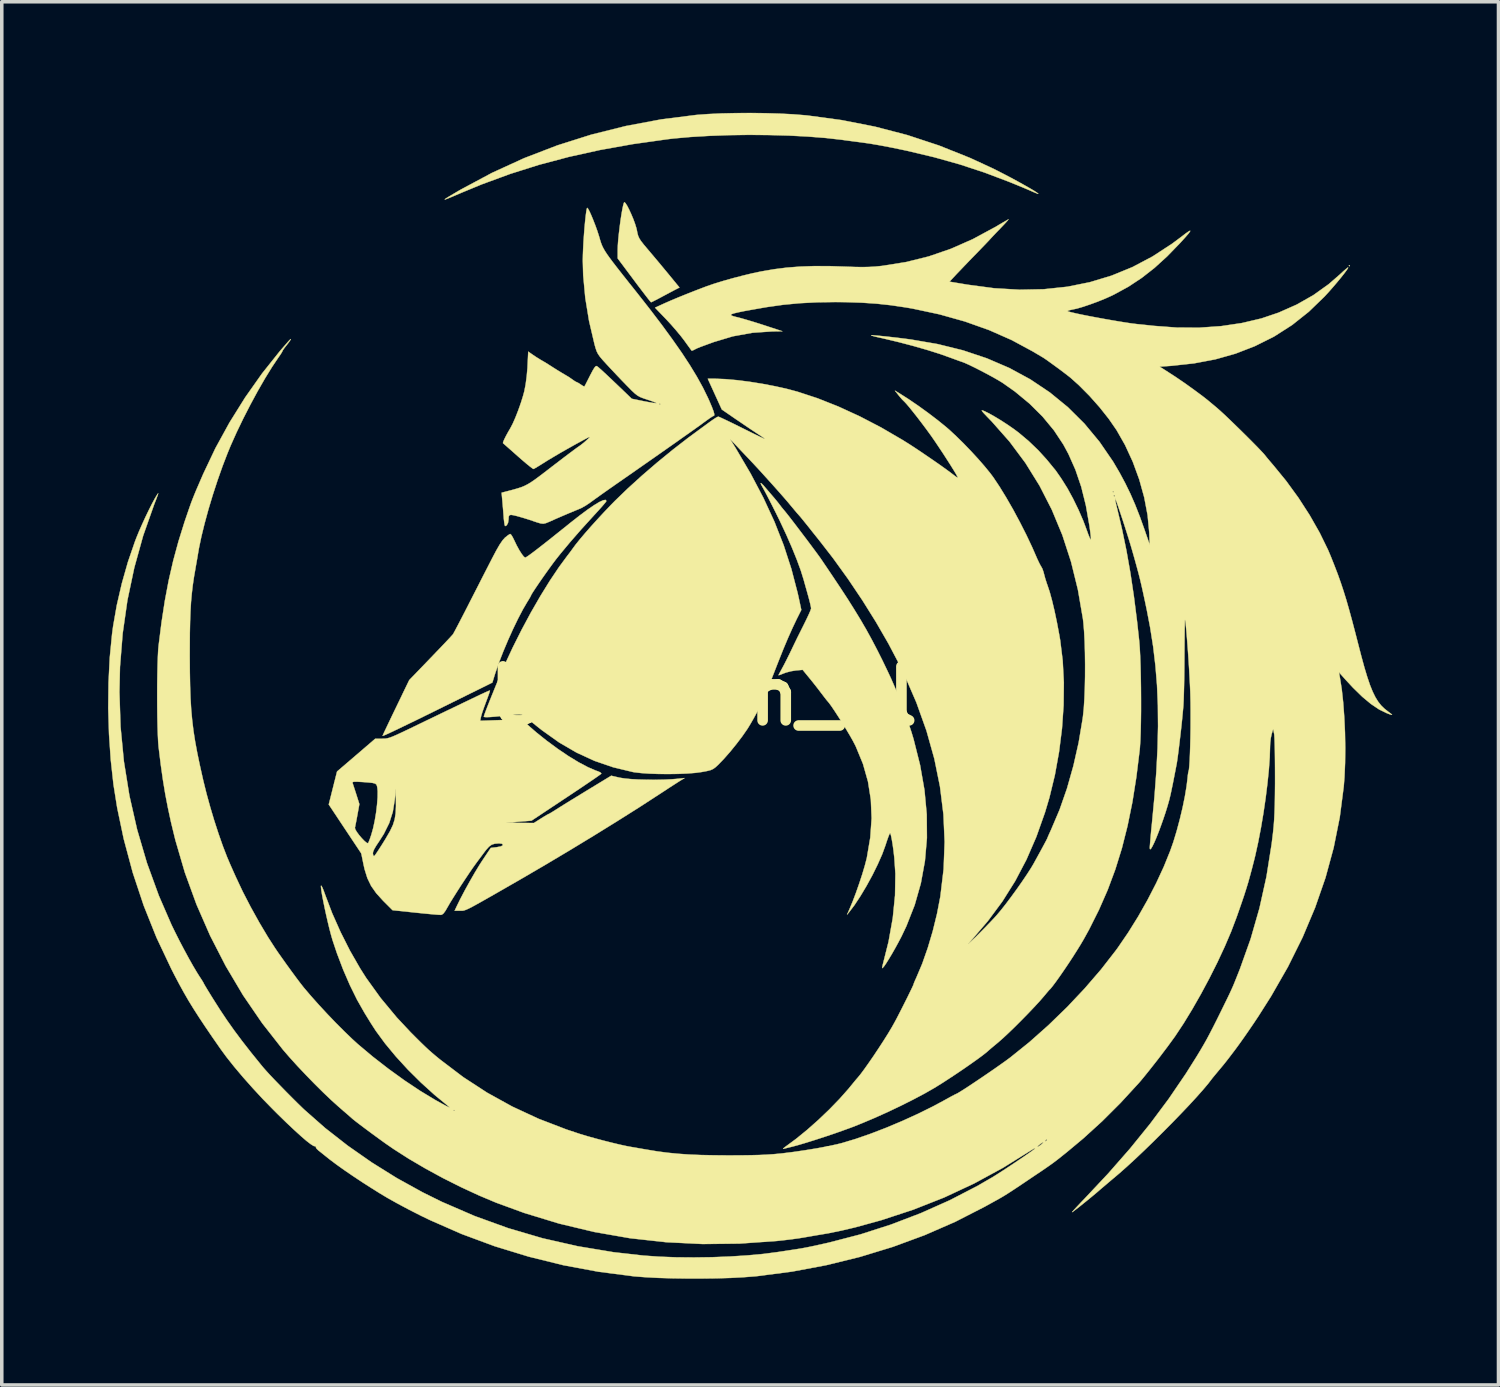
<source format=kicad_pcb>
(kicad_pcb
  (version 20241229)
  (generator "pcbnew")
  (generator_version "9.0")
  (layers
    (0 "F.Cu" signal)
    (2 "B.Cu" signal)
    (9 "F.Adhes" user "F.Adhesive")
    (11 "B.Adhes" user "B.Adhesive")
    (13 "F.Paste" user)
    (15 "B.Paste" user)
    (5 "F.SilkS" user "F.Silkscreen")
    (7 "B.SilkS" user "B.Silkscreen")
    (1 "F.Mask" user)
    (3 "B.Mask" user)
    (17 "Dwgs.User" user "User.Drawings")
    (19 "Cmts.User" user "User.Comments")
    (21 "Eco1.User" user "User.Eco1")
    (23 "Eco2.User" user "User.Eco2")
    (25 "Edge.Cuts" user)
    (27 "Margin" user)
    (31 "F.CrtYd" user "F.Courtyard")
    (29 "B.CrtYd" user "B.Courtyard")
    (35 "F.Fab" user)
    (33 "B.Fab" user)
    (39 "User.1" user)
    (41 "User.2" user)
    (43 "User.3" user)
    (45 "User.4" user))
  (footprint "Unicorn_old"
    (layer "F.Cu")
    (at 17.497 16.595)
    (property "Reference" "Unicorn_old" (at 0 0 0) (layer "F.SilkS") (effects (font (size 1.524 1.524) (thickness 0.3))))
    (attr through_hole)
    (fp_poly (pts (xy -14.091 -14.801) (xy -13.926 -14.7) (xy -13.77 -14.604) (xy -13.635 -14.52) (xy -13.533 -14.457) (xy -13.492 -14.431) (xy -13.353 -14.345) (xy -13.368 -14.15) (xy -13.382 -14.048) (xy -13.406 -13.924) (xy -13.437 -13.791) (xy -13.47 -13.665) (xy -13.503 -13.56) (xy -13.531 -13.491) (xy -13.548 -13.471) (xy -13.583 -13.492) (xy -13.602 -13.511) (xy -13.636 -13.542) (xy -13.709 -13.61) (xy -13.815 -13.705) (xy -13.946 -13.823) (xy -14.094 -13.956) (xy -14.151 -14.007) (xy -14.32 -14.157) (xy -14.446 -14.272) (xy -14.537 -14.358) (xy -14.596 -14.421) (xy -14.631 -14.467) (xy -14.646 -14.503) (xy -14.647 -14.535) (xy -14.642 -14.562) (xy -14.625 -14.645) (xy -14.604 -14.764) (xy -14.585 -14.873) (xy -14.551 -15.086) (xy -14.091 -14.801)) (stroke (width 0.01) (type solid)) (fill yes) (layer "F.Mask"))
    (fp_poly (pts (xy -13.178 -14.239) (xy -13.102 -14.194) (xy -12.987 -14.124) (xy -12.842 -14.036) (xy -12.675 -13.933) (xy -12.589 -13.879) (xy -11.986 -13.504) (xy -11.976 -13.367) (xy -11.978 -13.264) (xy -11.994 -13.13) (xy -12.018 -13.004) (xy -12.052 -12.875) (xy -12.094 -12.735) (xy -12.14 -12.597) (xy -12.184 -12.475) (xy -12.222 -12.385) (xy -12.248 -12.34) (xy -12.25 -12.338) (xy -12.282 -12.352) (xy -12.347 -12.401) (xy -12.435 -12.476) (xy -12.478 -12.514) (xy -12.6 -12.626) (xy -12.731 -12.743) (xy -12.845 -12.843) (xy -12.857 -12.853) (xy -12.97 -12.953) (xy -13.101 -13.071) (xy -13.218 -13.179) (xy -13.408 -13.357) (xy -13.357 -13.505) (xy -13.33 -13.604) (xy -13.301 -13.743) (xy -13.275 -13.896) (xy -13.267 -13.954) (xy -13.248 -14.083) (xy -13.23 -14.185) (xy -13.215 -14.245) (xy -13.209 -14.255) (xy -13.178 -14.239)) (stroke (width 0.01) (type solid)) (fill yes) (layer "F.Mask"))
    (fp_poly (pts (xy -11.796 -13.379) (xy -11.716 -13.331) (xy -11.598 -13.26) (xy -11.45 -13.169) (xy -11.279 -13.064) (xy -11.162 -12.991) (xy -10.522 -12.595) (xy -10.522 -12.432) (xy -10.532 -12.311) (xy -10.559 -12.15) (xy -10.599 -11.97) (xy -10.646 -11.79) (xy -10.696 -11.63) (xy -10.74 -11.518) (xy -10.793 -11.404) (xy -10.847 -11.288) (xy -10.856 -11.268) (xy -10.895 -11.194) (xy -10.927 -11.153) (xy -10.935 -11.149) (xy -10.966 -11.17) (xy -11.035 -11.225) (xy -11.133 -11.309) (xy -11.252 -11.414) (xy -11.321 -11.475) (xy -11.469 -11.608) (xy -11.621 -11.745) (xy -11.762 -11.871) (xy -11.876 -11.972) (xy -11.897 -11.991) (xy -12.112 -12.182) (xy -12.029 -12.404) (xy -11.969 -12.589) (xy -11.918 -12.8) (xy -11.879 -13.012) (xy -11.858 -13.201) (xy -11.855 -13.271) (xy -11.85 -13.352) (xy -11.837 -13.396) (xy -11.829 -13.398) (xy -11.796 -13.379)) (stroke (width 0.01) (type solid)) (fill yes) (layer "F.Mask"))
    (fp_poly (pts (xy -7.279 -10.588) (xy -7.202 -10.543) (xy -7.085 -10.473) (xy -6.935 -10.382) (xy -6.759 -10.274) (xy -6.564 -10.155) (xy -6.534 -10.136) (xy -5.775 -9.668) (xy -5.796 -9.382) (xy -5.86 -8.908) (xy -5.986 -8.438) (xy -6.172 -7.977) (xy -6.414 -7.533) (xy -6.458 -7.463) (xy -6.525 -7.361) (xy -6.578 -7.284) (xy -6.608 -7.245) (xy -6.611 -7.242) (xy -6.637 -7.264) (xy -6.671 -7.297) (xy -6.724 -7.349) (xy -6.803 -7.42) (xy -6.849 -7.461) (xy -6.954 -7.554) (xy -7.09 -7.676) (xy -7.243 -7.814) (xy -7.399 -7.957) (xy -7.546 -8.093) (xy -7.671 -8.209) (xy -7.753 -8.286) (xy -7.901 -8.43) (xy -7.714 -8.811) (xy -7.568 -9.137) (xy -7.463 -9.44) (xy -7.393 -9.742) (xy -7.353 -10.063) (xy -7.345 -10.2) (xy -7.336 -10.352) (xy -7.326 -10.477) (xy -7.317 -10.566) (xy -7.31 -10.604) (xy -7.309 -10.604) (xy -7.279 -10.588)) (stroke (width 0.01) (type solid)) (fill yes) (layer "F.Mask"))
    (fp_poly (pts (xy -4.414 -5.052) (xy -4.413 -5.048) (xy -4.435 -5.017) (xy -4.442 -5.016) (xy -4.483 -4.998) (xy -4.547 -4.951) (xy -4.561 -4.939) (xy -4.659 -4.857) (xy -4.782 -4.756) (xy -4.924 -4.641) (xy -5.074 -4.521) (xy -5.226 -4.4) (xy -5.37 -4.287) (xy -5.498 -4.187) (xy -5.602 -4.107) (xy -5.675 -4.053) (xy -5.706 -4.033) (xy -5.706 -4.033) (xy -5.732 -4.059) (xy -5.777 -4.128) (xy -5.834 -4.226) (xy -5.845 -4.247) (xy -5.919 -4.4) (xy -5.975 -4.556) (xy -6.019 -4.737) (xy -6.045 -4.882) (xy -6.053 -4.939) (xy -6.045 -4.971) (xy -6.011 -4.978) (xy -5.939 -4.963) (xy -5.818 -4.927) (xy -5.806 -4.924) (xy -5.658 -4.881) (xy -5.493 -4.836) (xy -5.396 -4.811) (xy -5.187 -4.76) (xy -4.903 -4.875) (xy -4.767 -4.93) (xy -4.641 -4.982) (xy -4.545 -5.022) (xy -4.516 -5.034) (xy -4.448 -5.056) (xy -4.414 -5.052)) (stroke (width 0.01) (type solid)) (fill yes) (layer "F.Mask"))
    (fp_poly (pts (xy -16.978 -16.588) (xy -16.907 -16.552) (xy -16.832 -16.505) (xy -16.715 -16.429) (xy -16.594 -16.352) (xy -16.536 -16.316) (xy -16.475 -16.279) (xy -16.368 -16.214) (xy -16.223 -16.125) (xy -16.047 -16.016) (xy -15.848 -15.894) (xy -15.635 -15.762) (xy -15.534 -15.7) (xy -15.291 -15.551) (xy -15.096 -15.431) (xy -14.945 -15.335) (xy -14.833 -15.257) (xy -14.754 -15.193) (xy -14.703 -15.136) (xy -14.676 -15.083) (xy -14.668 -15.026) (xy -14.674 -14.962) (xy -14.688 -14.884) (xy -14.703 -14.809) (xy -14.724 -14.706) (xy -14.745 -14.629) (xy -14.758 -14.599) (xy -14.788 -14.611) (xy -14.856 -14.659) (xy -14.95 -14.736) (xy -15.063 -14.834) (xy -15.081 -14.85) (xy -15.228 -14.982) (xy -15.388 -15.127) (xy -15.54 -15.263) (xy -15.636 -15.348) (xy -15.771 -15.469) (xy -15.917 -15.601) (xy -16.051 -15.721) (xy -16.097 -15.764) (xy -16.27 -15.92) (xy -16.442 -16.075) (xy -16.603 -16.219) (xy -16.744 -16.344) (xy -16.855 -16.442) (xy -16.916 -16.494) (xy -16.986 -16.558) (xy -17.005 -16.59) (xy -16.978 -16.588)) (stroke (width 0.01) (type solid)) (fill yes) (layer "F.Mask"))
    (fp_poly (pts (xy -10.355 -12.493) (xy -10.279 -12.45) (xy -10.173 -12.386) (xy -10.076 -12.327) (xy -9.933 -12.237) (xy -9.759 -12.128) (xy -9.574 -12.013) (xy -9.402 -11.906) (xy -9.018 -11.668) (xy -9.018 -11.493) (xy -9.03 -11.33) (xy -9.063 -11.128) (xy -9.113 -10.91) (xy -9.174 -10.695) (xy -9.22 -10.563) (xy -9.269 -10.442) (xy -9.328 -10.31) (xy -9.392 -10.178) (xy -9.452 -10.06) (xy -9.504 -9.968) (xy -9.541 -9.915) (xy -9.553 -9.907) (xy -9.586 -9.927) (xy -9.649 -9.976) (xy -9.684 -10.007) (xy -9.783 -10.095) (xy -9.887 -10.188) (xy -9.906 -10.205) (xy -9.972 -10.264) (xy -10.073 -10.354) (xy -10.194 -10.463) (xy -10.323 -10.579) (xy -10.335 -10.589) (xy -10.458 -10.699) (xy -10.568 -10.798) (xy -10.655 -10.876) (xy -10.707 -10.923) (xy -10.712 -10.928) (xy -10.738 -10.955) (xy -10.749 -10.986) (xy -10.742 -11.034) (xy -10.715 -11.111) (xy -10.666 -11.231) (xy -10.654 -11.261) (xy -10.563 -11.509) (xy -10.49 -11.772) (xy -10.439 -12.03) (xy -10.416 -12.261) (xy -10.414 -12.311) (xy -10.411 -12.414) (xy -10.402 -12.485) (xy -10.39 -12.509) (xy -10.355 -12.493)) (stroke (width 0.01) (type solid)) (fill yes) (layer "F.Mask"))
    (fp_poly (pts (xy -8.77 -11.512) (xy -8.654 -11.444) (xy -8.57 -11.393) (xy -8.493 -11.346) (xy -8.401 -11.286) (xy -8.335 -11.244) (xy -8.242 -11.185) (xy -8.17 -11.142) (xy -8.136 -11.125) (xy -8.136 -11.125) (xy -8.101 -11.109) (xy -8.038 -11.069) (xy -8.033 -11.066) (xy -7.967 -11.022) (xy -7.865 -10.956) (xy -7.745 -10.881) (xy -7.701 -10.854) (xy -7.455 -10.701) (xy -7.455 -10.55) (xy -7.479 -10.22) (xy -7.55 -9.866) (xy -7.663 -9.503) (xy -7.813 -9.148) (xy -7.859 -9.058) (xy -7.949 -8.883) (xy -8.016 -8.758) (xy -8.064 -8.677) (xy -8.1 -8.634) (xy -8.132 -8.622) (xy -8.164 -8.637) (xy -8.204 -8.672) (xy -8.239 -8.704) (xy -8.291 -8.751) (xy -8.382 -8.833) (xy -8.503 -8.942) (xy -8.646 -9.07) (xy -8.801 -9.209) (xy -8.848 -9.251) (xy -8.998 -9.387) (xy -9.131 -9.509) (xy -9.239 -9.611) (xy -9.317 -9.686) (xy -9.356 -9.729) (xy -9.36 -9.735) (xy -9.347 -9.773) (xy -9.315 -9.853) (xy -9.268 -9.958) (xy -9.261 -9.973) (xy -9.096 -10.383) (xy -8.983 -10.781) (xy -8.924 -11.162) (xy -8.915 -11.365) (xy -8.915 -11.597) (xy -8.77 -11.512)) (stroke (width 0.01) (type solid)) (fill yes) (layer "F.Mask"))
    (fp_poly (pts (xy 17.558 -12.144) (xy 17.542 -12.129) (xy 17.526 -12.144) (xy 17.542 -12.16) (xy 17.558 -12.144)) (stroke (width 0.01) (type solid)) (fill yes) (layer "F.SilkS"))
    (fp_poly (pts (xy -2.89 -13.91) (xy -2.843 -13.836) (xy -2.787 -13.727) (xy -2.727 -13.596) (xy -2.669 -13.458) (xy -2.62 -13.324) (xy -2.584 -13.207) (xy -2.571 -13.152) (xy -2.553 -13.058) (xy -2.532 -12.984) (xy -2.501 -12.916) (xy -2.453 -12.841) (xy -2.38 -12.747) (xy -2.274 -12.621) (xy -2.24 -12.581) (xy -2.101 -12.416) (xy -1.942 -12.227) (xy -1.785 -12.037) (xy -1.658 -11.884) (xy -1.367 -11.529) (xy -1.453 -11.485) (xy -1.517 -11.452) (xy -1.621 -11.397) (xy -1.748 -11.329) (xy -1.846 -11.277) (xy -1.971 -11.21) (xy -2.075 -11.157) (xy -2.145 -11.122) (xy -2.169 -11.113) (xy -2.192 -11.137) (xy -2.247 -11.205) (xy -2.329 -11.311) (xy -2.433 -11.447) (xy -2.554 -11.606) (xy -2.648 -11.732) (xy -3.111 -12.351) (xy -3.111 -12.588) (xy -3.107 -12.713) (xy -3.096 -12.869) (xy -3.078 -13.045) (xy -3.056 -13.23) (xy -3.032 -13.414) (xy -3.006 -13.586) (xy -2.98 -13.735) (xy -2.956 -13.85) (xy -2.935 -13.921) (xy -2.922 -13.938) (xy -2.89 -13.91)) (stroke (width 0.01) (type solid)) (fill yes) (layer "F.SilkS"))
    (fp_poly (pts (xy 1.054 -16.45) (xy 1.462 -16.438) (xy 1.84 -16.419) (xy 2.174 -16.392) (xy 2.238 -16.386) (xy 3.21 -16.255) (xy 4.151 -16.07) (xy 5.065 -15.832) (xy 5.96 -15.537) (xy 6.84 -15.185) (xy 7.438 -14.909) (xy 7.616 -14.821) (xy 7.805 -14.724) (xy 7.998 -14.623) (xy 8.185 -14.521) (xy 8.36 -14.424) (xy 8.513 -14.337) (xy 8.637 -14.264) (xy 8.722 -14.209) (xy 8.761 -14.177) (xy 8.763 -14.173) (xy 8.737 -14.179) (xy 8.668 -14.206) (xy 8.58 -14.244) (xy 8.485 -14.286) (xy 8.346 -14.345) (xy 8.181 -14.413) (xy 8.004 -14.485) (xy 7.938 -14.512) (xy 7.24 -14.776) (xy 6.54 -15.006) (xy 5.819 -15.208) (xy 5.057 -15.389) (xy 5.016 -15.398) (xy 4.628 -15.479) (xy 4.292 -15.543) (xy 4 -15.593) (xy 3.806 -15.62) (xy 3.673 -15.638) (xy 3.503 -15.66) (xy 3.322 -15.684) (xy 3.207 -15.7) (xy 2.757 -15.751) (xy 2.258 -15.79) (xy 1.723 -15.818) (xy 1.164 -15.833) (xy 0.594 -15.838) (xy 0.027 -15.83) (xy -0.525 -15.81) (xy -1.048 -15.779) (xy -1.531 -15.736) (xy -1.714 -15.714) (xy -2.686 -15.577) (xy -3.607 -15.412) (xy -4.485 -15.218) (xy -5.329 -14.994) (xy -6.146 -14.736) (xy -6.944 -14.443) (xy -7.493 -14.216) (xy -7.683 -14.135) (xy -7.822 -14.076) (xy -7.915 -14.038) (xy -7.97 -14.018) (xy -7.993 -14.013) (xy -7.99 -14.021) (xy -7.985 -14.026) (xy -7.948 -14.051) (xy -7.865 -14.102) (xy -7.749 -14.171) (xy -7.61 -14.253) (xy -7.541 -14.293) (xy -6.662 -14.764) (xy -5.753 -15.18) (xy -4.817 -15.54) (xy -3.857 -15.844) (xy -2.876 -16.089) (xy -1.878 -16.276) (xy -0.889 -16.401) (xy -0.564 -16.425) (xy -0.192 -16.443) (xy 0.212 -16.452) (xy 0.633 -16.455) (xy 1.054 -16.45)) (stroke (width 0.01) (type solid)) (fill yes) (layer "F.SilkS"))
    (fp_poly (pts (xy -3.429 -5.504) (xy -3.429 -5.502) (xy -3.45 -5.471) (xy -3.506 -5.403) (xy -3.592 -5.304) (xy -3.7 -5.185) (xy -3.782 -5.096) (xy -4.141 -4.701) (xy -4.455 -4.341) (xy -4.724 -4.018) (xy -4.864 -3.842) (xy -4.947 -3.731) (xy -5.044 -3.598) (xy -5.149 -3.451) (xy -5.254 -3.302) (xy -5.352 -3.159) (xy -5.438 -3.032) (xy -5.505 -2.93) (xy -5.546 -2.863) (xy -5.556 -2.841) (xy -5.572 -2.807) (xy -5.613 -2.735) (xy -5.661 -2.658) (xy -5.786 -2.444) (xy -5.923 -2.183) (xy -6.065 -1.889) (xy -6.206 -1.576) (xy -6.34 -1.258) (xy -6.46 -0.949) (xy -6.56 -0.662) (xy -6.592 -0.562) (xy -6.648 -0.378) (xy -7.777 0.18) (xy -8.215 0.396) (xy -8.596 0.584) (xy -8.922 0.743) (xy -9.193 0.874) (xy -9.41 0.978) (xy -9.572 1.055) (xy -9.682 1.104) (xy -9.738 1.126) (xy -9.747 1.127) (xy -9.738 1.102) (xy -9.708 1.035) (xy -9.656 0.926) (xy -9.582 0.77) (xy -9.484 0.565) (xy -9.36 0.308) (xy -9.21 -0.002) (xy -9.184 -0.058) (xy -8.995 -0.448) (xy -8.395 -1.07) (xy -8.235 -1.237) (xy -8.088 -1.39) (xy -7.961 -1.524) (xy -7.86 -1.631) (xy -7.791 -1.707) (xy -7.759 -1.743) (xy -7.759 -1.743) (xy -7.736 -1.784) (xy -7.688 -1.873) (xy -7.619 -2.004) (xy -7.534 -2.168) (xy -7.436 -2.357) (xy -7.33 -2.564) (xy -7.318 -2.588) (xy -7.196 -2.827) (xy -7.067 -3.079) (xy -6.941 -3.327) (xy -6.822 -3.559) (xy -6.72 -3.758) (xy -6.661 -3.873) (xy -6.541 -4.101) (xy -6.442 -4.273) (xy -6.359 -4.394) (xy -6.293 -4.468) (xy -6.218 -4.528) (xy -6.161 -4.566) (xy -6.143 -4.572) (xy -6.114 -4.545) (xy -6.072 -4.476) (xy -6.037 -4.405) (xy -5.964 -4.253) (xy -5.889 -4.116) (xy -5.819 -4.006) (xy -5.761 -3.932) (xy -5.722 -3.905) (xy -5.693 -3.918) (xy -5.632 -3.958) (xy -5.537 -4.027) (xy -5.405 -4.127) (xy -5.235 -4.259) (xy -5.023 -4.426) (xy -4.768 -4.63) (xy -4.466 -4.872) (xy -4.445 -4.889) (xy -4.191 -5.088) (xy -3.97 -5.253) (xy -3.783 -5.381) (xy -3.633 -5.472) (xy -3.523 -5.523) (xy -3.454 -5.535) (xy -3.429 -5.504)) (stroke (width 0.01) (type solid)) (fill yes) (layer "F.SilkS"))
    (fp_poly (pts (xy 0.946 -6.002) (xy 1.004 -5.944) (xy 1.024 -5.92) (xy 1.106 -5.824) (xy 1.202 -5.712) (xy 1.254 -5.651) (xy 1.339 -5.551) (xy 1.421 -5.45) (xy 1.46 -5.399) (xy 1.518 -5.323) (xy 1.564 -5.267) (xy 1.572 -5.258) (xy 1.619 -5.202) (xy 1.697 -5.104) (xy 1.799 -4.973) (xy 1.918 -4.818) (xy 2.047 -4.648) (xy 2.18 -4.473) (xy 2.309 -4.301) (xy 2.428 -4.141) (xy 2.53 -4.003) (xy 2.608 -3.895) (xy 2.637 -3.853) (xy 2.915 -3.442) (xy 3.16 -3.075) (xy 3.378 -2.742) (xy 3.571 -2.435) (xy 3.746 -2.148) (xy 3.907 -1.871) (xy 4.058 -1.596) (xy 4.205 -1.316) (xy 4.353 -1.022) (xy 4.505 -0.706) (xy 4.605 -0.492) (xy 4.812 -0.016) (xy 5.007 0.497) (xy 5.182 1.023) (xy 5.242 1.222) (xy 5.425 1.951) (xy 5.549 2.657) (xy 5.613 3.344) (xy 5.618 4.01) (xy 5.562 4.658) (xy 5.447 5.288) (xy 5.273 5.901) (xy 5.038 6.498) (xy 4.901 6.786) (xy 4.813 6.954) (xy 4.72 7.124) (xy 4.627 7.287) (xy 4.539 7.433) (xy 4.463 7.554) (xy 4.403 7.64) (xy 4.365 7.681) (xy 4.359 7.684) (xy 4.355 7.658) (xy 4.361 7.628) (xy 4.535 6.935) (xy 4.654 6.269) (xy 4.718 5.629) (xy 4.728 5.019) (xy 4.698 4.572) (xy 4.675 4.369) (xy 4.65 4.189) (xy 4.625 4.042) (xy 4.603 3.936) (xy 4.584 3.88) (xy 4.577 3.873) (xy 4.559 3.902) (xy 4.528 3.979) (xy 4.488 4.092) (xy 4.448 4.215) (xy 4.356 4.467) (xy 4.23 4.752) (xy 4.081 5.054) (xy 3.916 5.357) (xy 3.744 5.645) (xy 3.574 5.903) (xy 3.428 6.096) (xy 3.363 6.175) (xy 3.426 6.032) (xy 3.518 5.812) (xy 3.614 5.56) (xy 3.707 5.294) (xy 3.793 5.032) (xy 3.865 4.79) (xy 3.918 4.587) (xy 3.923 4.563) (xy 4.019 3.997) (xy 4.057 3.453) (xy 4.035 2.927) (xy 3.954 2.416) (xy 3.813 1.918) (xy 3.612 1.43) (xy 3.585 1.375) (xy 3.523 1.257) (xy 3.439 1.109) (xy 3.339 0.941) (xy 3.231 0.765) (xy 3.122 0.592) (xy 3.018 0.432) (xy 2.927 0.297) (xy 2.855 0.198) (xy 2.819 0.155) (xy 2.78 0.109) (xy 2.717 0.028) (xy 2.642 -0.071) (xy 2.634 -0.08) (xy 2.545 -0.198) (xy 2.435 -0.338) (xy 2.326 -0.475) (xy 2.301 -0.504) (xy 2.111 -0.737) (xy 1.92 -0.72) (xy 1.783 -0.698) (xy 1.645 -0.662) (xy 1.579 -0.638) (xy 1.494 -0.604) (xy 1.44 -0.586) (xy 1.429 -0.585) (xy 1.443 -0.617) (xy 1.481 -0.688) (xy 1.533 -0.783) (xy 1.591 -0.891) (xy 1.664 -1.035) (xy 1.743 -1.194) (xy 1.795 -1.302) (xy 1.874 -1.467) (xy 1.969 -1.663) (xy 2.069 -1.863) (xy 2.151 -2.027) (xy 2.223 -2.174) (xy 2.284 -2.304) (xy 2.328 -2.405) (xy 2.348 -2.465) (xy 2.349 -2.472) (xy 2.341 -2.526) (xy 2.319 -2.623) (xy 2.287 -2.748) (xy 2.27 -2.811) (xy 2.227 -2.966) (xy 2.182 -3.125) (xy 2.145 -3.258) (xy 2.137 -3.286) (xy 2.056 -3.546) (xy 1.944 -3.851) (xy 1.806 -4.191) (xy 1.646 -4.557) (xy 1.467 -4.939) (xy 1.351 -5.175) (xy 1.258 -5.36) (xy 1.17 -5.532) (xy 1.093 -5.681) (xy 1.032 -5.796) (xy 0.993 -5.867) (xy 0.989 -5.874) (xy 0.938 -5.966) (xy 0.924 -6.009) (xy 0.946 -6.002)) (stroke (width 0.01) (type solid)) (fill yes) (layer "F.SilkS"))
    (fp_poly (pts (xy -6.717 -0.153) (xy -6.724 -0.121) (xy -6.75 -0.043) (xy -6.791 0.07) (xy -6.83 0.175) (xy -6.883 0.318) (xy -6.929 0.45) (xy -6.961 0.553) (xy -6.972 0.597) (xy -6.993 0.701) (xy -6.409 0.681) (xy -5.826 0.661) (xy -5.709 0.767) (xy -5.415 1.023) (xy -5.11 1.267) (xy -4.803 1.493) (xy -4.503 1.696) (xy -4.218 1.87) (xy -3.956 2.009) (xy -3.727 2.108) (xy -3.675 2.125) (xy -3.604 2.156) (xy -3.573 2.187) (xy -3.574 2.195) (xy -3.604 2.219) (xy -3.681 2.274) (xy -3.799 2.356) (xy -3.952 2.46) (xy -4.134 2.583) (xy -4.339 2.72) (xy -4.561 2.868) (xy -4.569 2.873) (xy -5.544 3.521) (xy -5.907 3.55) (xy -6.271 3.579) (xy -5.477 3.587) (xy -5.277 3.46) (xy -5.179 3.399) (xy -5.103 3.354) (xy -5.064 3.334) (xy -5.062 3.334) (xy -5.03 3.318) (xy -4.958 3.275) (xy -4.861 3.214) (xy -4.833 3.196) (xy -4.744 3.14) (xy -4.612 3.057) (xy -4.447 2.955) (xy -4.26 2.841) (xy -4.062 2.72) (xy -3.956 2.655) (xy -3.293 2.252) (xy -3.052 2.308) (xy -2.919 2.329) (xy -2.736 2.347) (xy -2.518 2.359) (xy -2.28 2.365) (xy -2.034 2.367) (xy -1.794 2.362) (xy -1.576 2.351) (xy -1.46 2.342) (xy -1.222 2.318) (xy -1.34 2.389) (xy -1.405 2.43) (xy -1.512 2.499) (xy -1.649 2.587) (xy -1.804 2.689) (xy -1.927 2.769) (xy -2.503 3.143) (xy -3.126 3.536) (xy -3.784 3.943) (xy -4.465 4.357) (xy -5.159 4.77) (xy -5.854 5.176) (xy -6.239 5.397) (xy -6.522 5.56) (xy -6.756 5.693) (xy -6.946 5.801) (xy -7.097 5.885) (xy -7.215 5.95) (xy -7.305 5.996) (xy -7.374 6.028) (xy -7.426 6.048) (xy -7.466 6.059) (xy -7.502 6.064) (xy -7.538 6.064) (xy -7.57 6.064) (xy -7.714 6.064) (xy -7.659 5.946) (xy -7.554 5.732) (xy -7.426 5.488) (xy -7.286 5.235) (xy -7.145 4.989) (xy -7.013 4.771) (xy -6.932 4.646) (xy -6.694 4.29) (xy -6.522 4.269) (xy -6.407 4.246) (xy -6.354 4.216) (xy -6.35 4.203) (xy -6.376 4.172) (xy -6.457 4.162) (xy -6.469 4.162) (xy -6.581 4.171) (xy -6.667 4.198) (xy -6.743 4.253) (xy -6.826 4.346) (xy -6.878 4.414) (xy -6.961 4.526) (xy -7.04 4.631) (xy -7.097 4.708) (xy -7.103 4.716) (xy -7.186 4.831) (xy -7.29 4.982) (xy -7.407 5.157) (xy -7.53 5.343) (xy -7.648 5.527) (xy -7.755 5.697) (xy -7.843 5.839) (xy -7.899 5.937) (xy -7.971 6.061) (xy -8.025 6.136) (xy -8.072 6.173) (xy -8.102 6.18) (xy -8.155 6.178) (xy -8.261 6.17) (xy -8.408 6.157) (xy -8.585 6.14) (xy -8.783 6.12) (xy -8.821 6.116) (xy -9.466 6.048) (xy -9.735 5.779) (xy -9.927 5.567) (xy -10.071 5.362) (xy -10.177 5.143) (xy -10.256 4.891) (xy -10.286 4.755) (xy -10.349 4.445) (xy -10.022 4.445) (xy -10.018 4.469) (xy -10.004 4.514) (xy -9.987 4.522) (xy -9.956 4.488) (xy -9.903 4.411) (xy -9.843 4.319) (xy -9.763 4.194) (xy -9.679 4.059) (xy -9.65 4.01) (xy -9.536 3.813) (xy -9.456 3.644) (xy -9.406 3.485) (xy -9.379 3.313) (xy -9.37 3.109) (xy -9.371 3.003) (xy -9.375 2.619) (xy -9.404 2.932) (xy -9.459 3.271) (xy -9.56 3.588) (xy -9.714 3.898) (xy -9.834 4.087) (xy -9.926 4.225) (xy -9.984 4.324) (xy -10.014 4.394) (xy -10.022 4.445) (xy -10.349 4.445) (xy -10.349 4.445) (xy -10.808 3.755) (xy -11.267 3.064) (xy -11.113 2.451) (xy -10.597 2.451) (xy -10.597 2.451) (xy -10.581 2.498) (xy -10.551 2.59) (xy -10.512 2.71) (xy -10.492 2.772) (xy -10.403 3.053) (xy -10.459 3.36) (xy -10.484 3.497) (xy -10.507 3.615) (xy -10.523 3.695) (xy -10.529 3.719) (xy -10.518 3.766) (xy -10.475 3.839) (xy -10.412 3.925) (xy -10.338 4.012) (xy -10.265 4.088) (xy -10.203 4.141) (xy -10.163 4.158) (xy -10.155 4.153) (xy -10.132 4.102) (xy -10.098 4.012) (xy -10.067 3.921) (xy -10.015 3.737) (xy -9.969 3.523) (xy -9.931 3.296) (xy -9.904 3.07) (xy -9.888 2.863) (xy -9.886 2.689) (xy -9.895 2.597) (xy -9.906 2.54) (xy -9.924 2.5) (xy -9.959 2.474) (xy -10.024 2.456) (xy -10.128 2.444) (xy -10.281 2.432) (xy -10.331 2.429) (xy -10.468 2.421) (xy -10.552 2.422) (xy -10.592 2.431) (xy -10.597 2.451) (xy -11.113 2.451) (xy -11.033 2.133) (xy -10.493 1.67) (xy -9.954 1.207) (xy -9.769 1.207) (xy -9.711 1.206) (xy -9.659 1.203) (xy -9.607 1.194) (xy -9.546 1.177) (xy -9.469 1.148) (xy -9.368 1.105) (xy -9.236 1.044) (xy -9.065 0.963) (xy -8.847 0.858) (xy -8.747 0.81) (xy -8.543 0.711) (xy -8.322 0.605) (xy -8.105 0.5) (xy -7.914 0.408) (xy -7.842 0.374) (xy -7.653 0.283) (xy -7.442 0.181) (xy -7.237 0.083) (xy -7.085 0.01) (xy -6.949 -0.055) (xy -6.835 -0.107) (xy -6.754 -0.142) (xy -6.718 -0.154) (xy -6.717 -0.153)) (stroke (width 0.01) (type solid)) (fill yes) (layer "F.SilkS"))
    (fp_poly (pts (xy -3.946 -13.751) (xy -3.905 -13.675) (xy -3.854 -13.562) (xy -3.798 -13.426) (xy -3.74 -13.277) (xy -3.687 -13.129) (xy -3.643 -12.993) (xy -3.631 -12.954) (xy -3.607 -12.869) (xy -3.583 -12.794) (xy -3.557 -12.724) (xy -3.523 -12.652) (xy -3.479 -12.573) (xy -3.421 -12.483) (xy -3.345 -12.375) (xy -3.248 -12.245) (xy -3.125 -12.086) (xy -2.974 -11.893) (xy -2.791 -11.662) (xy -2.585 -11.404) (xy -2.202 -10.916) (xy -1.862 -10.47) (xy -1.562 -10.059) (xy -1.298 -9.682) (xy -1.07 -9.333) (xy -0.873 -9.008) (xy -0.705 -8.704) (xy -0.564 -8.416) (xy -0.524 -8.327) (xy -0.451 -8.155) (xy -0.405 -8.033) (xy -0.384 -7.955) (xy -0.387 -7.915) (xy -0.405 -7.905) (xy -0.44 -7.888) (xy -0.512 -7.841) (xy -0.605 -7.775) (xy -0.619 -7.764) (xy -0.686 -7.716) (xy -0.742 -7.674) (xy -0.796 -7.634) (xy -0.858 -7.591) (xy -0.933 -7.537) (xy -1.032 -7.467) (xy -1.162 -7.375) (xy -1.331 -7.256) (xy -1.436 -7.181) (xy -1.673 -7.015) (xy -1.945 -6.824) (xy -2.234 -6.622) (xy -2.522 -6.421) (xy -2.791 -6.233) (xy -2.869 -6.179) (xy -3.135 -5.994) (xy -3.374 -5.827) (xy -3.579 -5.682) (xy -3.744 -5.564) (xy -3.865 -5.476) (xy -3.895 -5.454) (xy -4.011 -5.376) (xy -4.137 -5.305) (xy -4.212 -5.272) (xy -4.325 -5.226) (xy -4.479 -5.162) (xy -4.657 -5.086) (xy -4.843 -5.006) (xy -5.019 -4.927) (xy -5.04 -4.918) (xy -5.135 -4.879) (xy -5.209 -4.862) (xy -5.286 -4.87) (xy -5.388 -4.9) (xy -5.436 -4.916) (xy -5.622 -4.979) (xy -5.796 -5.033) (xy -5.947 -5.076) (xy -6.06 -5.103) (xy -6.122 -5.112) (xy -6.168 -5.102) (xy -6.188 -5.062) (xy -6.191 -4.991) (xy -6.206 -4.887) (xy -6.243 -4.817) (xy -6.289 -4.794) (xy -6.301 -4.824) (xy -6.314 -4.902) (xy -6.327 -5.015) (xy -6.331 -5.072) (xy -6.343 -5.23) (xy -6.357 -5.391) (xy -6.368 -5.526) (xy -6.37 -5.543) (xy -6.388 -5.737) (xy -6.234 -5.777) (xy -6.074 -5.819) (xy -5.944 -5.856) (xy -5.835 -5.891) (xy -5.738 -5.931) (xy -5.643 -5.98) (xy -5.54 -6.044) (xy -5.421 -6.127) (xy -5.275 -6.236) (xy -5.093 -6.375) (xy -4.972 -6.469) (xy -4.787 -6.61) (xy -4.616 -6.741) (xy -4.466 -6.854) (xy -4.343 -6.946) (xy -4.257 -7.009) (xy -4.213 -7.04) (xy -4.212 -7.04) (xy -4.153 -7.082) (xy -4.067 -7.15) (xy -3.985 -7.222) (xy -3.931 -7.271) (xy -3.902 -7.302) (xy -3.901 -7.312) (xy -3.935 -7.299) (xy -4.008 -7.263) (xy -4.126 -7.199) (xy -4.293 -7.108) (xy -4.334 -7.085) (xy -4.525 -6.978) (xy -4.724 -6.865) (xy -4.912 -6.754) (xy -5.073 -6.658) (xy -5.15 -6.61) (xy -5.274 -6.532) (xy -5.38 -6.467) (xy -5.455 -6.423) (xy -5.486 -6.406) (xy -5.518 -6.423) (xy -5.589 -6.477) (xy -5.69 -6.559) (xy -5.813 -6.664) (xy -5.924 -6.761) (xy -6.059 -6.881) (xy -6.177 -6.985) (xy -6.27 -7.067) (xy -6.33 -7.12) (xy -6.349 -7.136) (xy -6.344 -7.168) (xy -6.313 -7.242) (xy -6.262 -7.344) (xy -6.198 -7.461) (xy -6.142 -7.556) (xy -6.075 -7.684) (xy -5.999 -7.856) (xy -5.921 -8.055) (xy -5.855 -8.239) (xy -1.937 -8.239) (xy -1.921 -8.223) (xy -1.905 -8.239) (xy -1.921 -8.255) (xy -1.937 -8.239) (xy -5.855 -8.239) (xy -5.847 -8.262) (xy -5.785 -8.461) (xy -5.746 -8.604) (xy -5.709 -8.797) (xy -5.679 -9.026) (xy -5.658 -9.261) (xy -5.656 -9.313) (xy -5.636 -9.72) (xy -5.508 -9.631) (xy -5.404 -9.561) (xy -5.299 -9.496) (xy -5.27 -9.479) (xy -5.189 -9.432) (xy -5.078 -9.364) (xy -4.957 -9.287) (xy -4.937 -9.274) (xy -4.817 -9.198) (xy -4.702 -9.128) (xy -4.614 -9.076) (xy -4.604 -9.07) (xy -4.498 -9.007) (xy -4.396 -8.937) (xy -4.392 -8.934) (xy -4.323 -8.886) (xy -4.276 -8.86) (xy -4.269 -8.858) (xy -4.232 -8.841) (xy -4.167 -8.8) (xy -4.154 -8.791) (xy -4.091 -8.75) (xy -4.053 -8.735) (xy -4.05 -8.736) (xy -4.032 -8.767) (xy -3.993 -8.843) (xy -3.938 -8.951) (xy -3.892 -9.042) (xy -3.819 -9.181) (xy -3.766 -9.268) (xy -3.728 -9.309) (xy -3.701 -9.312) (xy -3.653 -9.275) (xy -3.562 -9.195) (xy -3.427 -9.07) (xy -3.249 -8.902) (xy -3.029 -8.692) (xy -2.952 -8.618) (xy -2.714 -8.389) (xy -2.37 -8.319) (xy -2.231 -8.293) (xy -2.116 -8.273) (xy -2.039 -8.263) (xy -2.013 -8.263) (xy -2.035 -8.278) (xy -2.105 -8.307) (xy -2.211 -8.344) (xy -2.278 -8.366) (xy -2.392 -8.404) (xy -2.479 -8.439) (xy -2.552 -8.48) (xy -2.625 -8.536) (xy -2.713 -8.618) (xy -2.828 -8.735) (xy -2.853 -8.76) (xy -2.998 -8.91) (xy -3.16 -9.08) (xy -3.316 -9.246) (xy -3.421 -9.359) (xy -3.534 -9.483) (xy -3.613 -9.577) (xy -3.667 -9.655) (xy -3.706 -9.733) (xy -3.737 -9.825) (xy -3.766 -9.93) (xy -3.919 -10.583) (xy -4.026 -11.237) (xy -4.085 -11.877) (xy -4.096 -12.289) (xy -4.093 -12.445) (xy -4.086 -12.626) (xy -4.076 -12.822) (xy -4.062 -13.023) (xy -4.047 -13.219) (xy -4.03 -13.401) (xy -4.013 -13.557) (xy -3.997 -13.679) (xy -3.982 -13.756) (xy -3.971 -13.779) (xy -3.946 -13.751)) (stroke (width 0.01) (type solid)) (fill yes) (layer "F.SilkS"))
    (fp_poly (pts (xy 7.913 -13.44) (xy 7.868 -13.387) (xy 7.793 -13.306) (xy 7.695 -13.203) (xy 7.684 -13.191) (xy 7.576 -13.08) (xy 7.484 -12.983) (xy 7.416 -12.91) (xy 7.382 -12.873) (xy 7.382 -12.873) (xy 7.35 -12.838) (xy 7.282 -12.767) (xy 7.185 -12.666) (xy 7.068 -12.545) (xy 6.968 -12.442) (xy 6.827 -12.297) (xy 6.688 -12.152) (xy 6.563 -12.021) (xy 6.462 -11.916) (xy 6.421 -11.872) (xy 6.255 -11.694) (xy 6.771 -11.608) (xy 7.515 -11.509) (xy 8.23 -11.467) (xy 8.918 -11.481) (xy 9.58 -11.551) (xy 10.216 -11.679) (xy 10.829 -11.864) (xy 11.42 -12.106) (xy 11.989 -12.407) (xy 12.539 -12.766) (xy 12.791 -12.954) (xy 12.921 -13.054) (xy 13.007 -13.114) (xy 13.049 -13.134) (xy 13.046 -13.112) (xy 12.999 -13.048) (xy 12.906 -12.941) (xy 12.774 -12.795) (xy 12.404 -12.413) (xy 12.042 -12.083) (xy 11.68 -11.8) (xy 11.308 -11.554) (xy 10.914 -11.339) (xy 10.843 -11.303) (xy 10.656 -11.219) (xy 10.447 -11.134) (xy 10.232 -11.055) (xy 10.028 -10.986) (xy 9.85 -10.934) (xy 9.723 -10.907) (xy 9.641 -10.889) (xy 9.593 -10.87) (xy 9.589 -10.864) (xy 9.618 -10.849) (xy 9.702 -10.827) (xy 9.831 -10.797) (xy 9.995 -10.762) (xy 10.187 -10.724) (xy 10.398 -10.684) (xy 10.617 -10.644) (xy 10.838 -10.605) (xy 11.05 -10.569) (xy 11.245 -10.538) (xy 11.413 -10.513) (xy 11.547 -10.497) (xy 11.557 -10.496) (xy 11.693 -10.482) (xy 11.858 -10.465) (xy 12.019 -10.447) (xy 12.033 -10.446) (xy 12.678 -10.398) (xy 13.31 -10.396) (xy 13.923 -10.439) (xy 14.508 -10.526) (xy 15.059 -10.656) (xy 15.542 -10.819) (xy 16.058 -11.048) (xy 16.528 -11.315) (xy 16.96 -11.624) (xy 17.275 -11.898) (xy 17.37 -11.986) (xy 17.448 -12.053) (xy 17.498 -12.092) (xy 17.508 -12.097) (xy 17.503 -12.074) (xy 17.463 -12.013) (xy 17.394 -11.921) (xy 17.303 -11.806) (xy 17.196 -11.676) (xy 17.081 -11.541) (xy 16.964 -11.408) (xy 16.851 -11.285) (xy 16.845 -11.278) (xy 16.397 -10.845) (xy 15.928 -10.472) (xy 15.436 -10.157) (xy 15.394 -10.133) (xy 14.872 -9.873) (xy 14.33 -9.663) (xy 13.761 -9.502) (xy 13.157 -9.388) (xy 12.514 -9.318) (xy 12.498 -9.317) (xy 12.186 -9.295) (xy 12.34 -9.198) (xy 12.634 -9.008) (xy 12.901 -8.826) (xy 13.16 -8.64) (xy 13.287 -8.546) (xy 13.383 -8.475) (xy 13.462 -8.414) (xy 13.539 -8.353) (xy 13.629 -8.278) (xy 13.747 -8.18) (xy 13.811 -8.126) (xy 13.898 -8.049) (xy 14.017 -7.94) (xy 14.158 -7.806) (xy 14.314 -7.655) (xy 14.478 -7.495) (xy 14.641 -7.334) (xy 14.795 -7.18) (xy 14.933 -7.04) (xy 15.046 -6.922) (xy 15.128 -6.834) (xy 15.163 -6.792) (xy 15.214 -6.728) (xy 15.291 -6.636) (xy 15.379 -6.533) (xy 15.388 -6.523) (xy 15.757 -6.072) (xy 16.105 -5.594) (xy 16.423 -5.102) (xy 16.704 -4.608) (xy 16.94 -4.125) (xy 17.026 -3.921) (xy 17.127 -3.666) (xy 17.218 -3.429) (xy 17.3 -3.198) (xy 17.378 -2.963) (xy 17.455 -2.715) (xy 17.533 -2.443) (xy 17.617 -2.136) (xy 17.709 -1.785) (xy 17.78 -1.509) (xy 17.878 -1.13) (xy 17.966 -0.807) (xy 18.048 -0.535) (xy 18.125 -0.308) (xy 18.201 -0.12) (xy 18.277 0.035) (xy 18.357 0.164) (xy 18.442 0.271) (xy 18.536 0.362) (xy 18.634 0.439) (xy 18.717 0.501) (xy 18.748 0.532) (xy 18.723 0.532) (xy 18.642 0.503) (xy 18.598 0.486) (xy 18.38 0.38) (xy 18.151 0.226) (xy 17.906 0.022) (xy 17.643 -0.235) (xy 17.426 -0.469) (xy 17.248 -0.669) (xy 17.276 -0.517) (xy 17.328 -0.188) (xy 17.369 0.189) (xy 17.399 0.6) (xy 17.419 1.03) (xy 17.427 1.464) (xy 17.422 1.889) (xy 17.405 2.289) (xy 17.384 2.556) (xy 17.272 3.423) (xy 17.1 4.281) (xy 16.869 5.13) (xy 16.576 5.974) (xy 16.223 6.812) (xy 15.808 7.648) (xy 15.33 8.482) (xy 14.97 9.049) (xy 14.838 9.247) (xy 14.698 9.452) (xy 14.562 9.648) (xy 14.438 9.822) (xy 14.338 9.959) (xy 14.33 9.97) (xy 14.217 10.119) (xy 14.131 10.232) (xy 14.06 10.323) (xy 13.994 10.406) (xy 13.92 10.495) (xy 13.827 10.606) (xy 13.818 10.617) (xy 13.745 10.705) (xy 13.687 10.775) (xy 13.659 10.811) (xy 13.553 10.949) (xy 13.405 11.124) (xy 13.223 11.329) (xy 13.013 11.557) (xy 12.78 11.802) (xy 12.532 12.058) (xy 12.273 12.319) (xy 12.012 12.578) (xy 11.753 12.829) (xy 11.503 13.066) (xy 11.269 13.281) (xy 11.056 13.47) (xy 10.938 13.57) (xy 10.807 13.68) (xy 10.672 13.795) (xy 10.554 13.895) (xy 10.512 13.931) (xy 10.409 14.02) (xy 10.288 14.121) (xy 10.158 14.228) (xy 10.029 14.332) (xy 9.911 14.427) (xy 9.812 14.503) (xy 9.744 14.555) (xy 9.715 14.573) (xy 9.73 14.552) (xy 9.782 14.492) (xy 9.866 14.403) (xy 9.972 14.29) (xy 10.059 14.2) (xy 10.732 13.483) (xy 11.35 12.778) (xy 11.918 12.077) (xy 12.442 11.374) (xy 12.927 10.662) (xy 13.234 10.174) (xy 13.338 10.002) (xy 13.43 9.845) (xy 13.517 9.691) (xy 13.604 9.527) (xy 13.7 9.341) (xy 13.811 9.121) (xy 13.917 8.906) (xy 14.02 8.696) (xy 14.101 8.531) (xy 14.165 8.397) (xy 14.218 8.282) (xy 14.266 8.174) (xy 14.313 8.059) (xy 14.367 7.924) (xy 14.433 7.758) (xy 14.456 7.699) (xy 14.756 6.858) (xy 15.004 5.994) (xy 15.202 5.102) (xy 15.349 4.176) (xy 15.388 3.858) (xy 15.406 3.679) (xy 15.42 3.493) (xy 15.43 3.289) (xy 15.438 3.057) (xy 15.442 2.787) (xy 15.445 2.469) (xy 15.445 2.27) (xy 15.444 2.009) (xy 15.442 1.762) (xy 15.439 1.54) (xy 15.434 1.349) (xy 15.429 1.2) (xy 15.423 1.1) (xy 15.418 1.064) (xy 15.391 0.937) (xy 15.348 1.079) (xy 15.324 1.193) (xy 15.308 1.332) (xy 15.304 1.425) (xy 15.295 1.73) (xy 15.27 2.083) (xy 15.23 2.472) (xy 15.179 2.884) (xy 15.117 3.307) (xy 15.046 3.727) (xy 14.968 4.132) (xy 14.885 4.51) (xy 14.846 4.667) (xy 14.788 4.893) (xy 14.735 5.089) (xy 14.685 5.269) (xy 14.631 5.445) (xy 14.571 5.633) (xy 14.499 5.845) (xy 14.412 6.096) (xy 14.356 6.255) (xy 14.206 6.65) (xy 14.025 7.074) (xy 13.818 7.518) (xy 13.592 7.968) (xy 13.353 8.414) (xy 13.107 8.845) (xy 12.861 9.248) (xy 12.619 9.613) (xy 12.401 9.912) (xy 12.344 9.987) (xy 12.269 10.086) (xy 12.224 10.146) (xy 12.129 10.27) (xy 12.015 10.415) (xy 11.895 10.567) (xy 11.78 10.71) (xy 11.68 10.832) (xy 11.607 10.918) (xy 11.605 10.92) (xy 11.085 11.486) (xy 10.565 12.005) (xy 10.031 12.491) (xy 9.565 12.88) (xy 9.446 12.975) (xy 9.349 13.053) (xy 9.262 13.12) (xy 9.178 13.183) (xy 9.086 13.249) (xy 8.977 13.325) (xy 8.843 13.417) (xy 8.672 13.531) (xy 8.493 13.652) (xy 8.285 13.792) (xy 8.12 13.902) (xy 7.991 13.987) (xy 7.888 14.053) (xy 7.803 14.106) (xy 7.728 14.151) (xy 7.653 14.194) (xy 7.572 14.239) (xy 7.451 14.306) (xy 7.313 14.382) (xy 7.239 14.423) (xy 6.416 14.844) (xy 5.552 15.221) (xy 4.653 15.552) (xy 3.726 15.835) (xy 2.777 16.068) (xy 1.813 16.249) (xy 0.839 16.376) (xy 0.746 16.385) (xy 0.434 16.409) (xy 0.074 16.428) (xy -0.321 16.44) (xy -0.737 16.445) (xy -1.16 16.445) (xy -1.575 16.439) (xy -1.97 16.427) (xy -2.329 16.408) (xy -2.64 16.384) (xy -2.651 16.383) (xy -3.65 16.254) (xy -4.644 16.069) (xy -5.624 15.827) (xy -6.584 15.533) (xy -7.518 15.187) (xy -8.417 14.792) (xy -8.665 14.672) (xy -9.015 14.494) (xy -9.333 14.324) (xy -9.61 14.169) (xy -9.827 14.039) (xy -9.934 13.972) (xy -10.041 13.904) (xy -10.065 13.89) (xy -10.323 13.725) (xy -10.582 13.553) (xy -10.829 13.384) (xy -11.053 13.224) (xy -11.241 13.083) (xy -11.341 13.003) (xy -11.437 12.926) (xy -11.532 12.85) (xy -11.556 12.832) (xy -11.613 12.777) (xy -11.634 12.732) (xy -11.632 12.724) (xy -11.631 12.705) (xy -11.648 12.713) (xy -11.692 12.704) (xy -11.777 12.651) (xy -11.899 12.557) (xy -12.055 12.422) (xy -12.244 12.25) (xy -12.463 12.044) (xy -12.708 11.805) (xy -12.844 11.669) (xy -13.132 11.374) (xy -13.415 11.068) (xy -13.686 10.763) (xy -13.934 10.469) (xy -14.151 10.196) (xy -14.319 9.967) (xy -14.554 9.629) (xy -14.756 9.332) (xy -14.932 9.067) (xy -15.087 8.825) (xy -15.228 8.595) (xy -15.359 8.368) (xy -15.487 8.135) (xy -15.618 7.887) (xy -15.711 7.705) (xy -16.13 6.819) (xy -16.491 5.916) (xy -16.799 4.99) (xy -17.055 4.035) (xy -17.239 3.159) (xy -17.344 2.499) (xy -17.421 1.8) (xy -17.47 1.078) (xy -17.492 0.348) (xy -17.484 -0.376) (xy -17.449 -1.079) (xy -17.384 -1.746) (xy -17.354 -1.969) (xy -17.25 -2.563) (xy -17.108 -3.176) (xy -16.936 -3.782) (xy -16.738 -4.358) (xy -16.695 -4.47) (xy -16.625 -4.642) (xy -16.539 -4.837) (xy -16.445 -5.042) (xy -16.349 -5.241) (xy -16.258 -5.422) (xy -16.179 -5.569) (xy -16.13 -5.652) (xy -16.099 -5.699) (xy -16.082 -5.72) (xy -16.082 -5.707) (xy -16.1 -5.654) (xy -16.137 -5.555) (xy -16.196 -5.403) (xy -16.198 -5.397) (xy -16.506 -4.523) (xy -16.756 -3.622) (xy -16.95 -2.702) (xy -17.084 -1.766) (xy -17.16 -0.821) (xy -17.176 -0.111) (xy -17.144 0.869) (xy -17.05 1.846) (xy -16.894 2.815) (xy -16.676 3.773) (xy -16.399 4.715) (xy -16.063 5.638) (xy -15.707 6.458) (xy -15.598 6.681) (xy -15.476 6.923) (xy -15.346 7.17) (xy -15.216 7.41) (xy -15.093 7.628) (xy -14.984 7.811) (xy -14.918 7.916) (xy -14.857 8.009) (xy -14.813 8.08) (xy -14.796 8.114) (xy -14.796 8.114) (xy -14.78 8.144) (xy -14.736 8.219) (xy -14.67 8.328) (xy -14.587 8.463) (xy -14.534 8.548) (xy -14.338 8.857) (xy -14.142 9.151) (xy -13.936 9.442) (xy -13.712 9.742) (xy -13.463 10.061) (xy -13.179 10.412) (xy -13.112 10.493) (xy -13.036 10.579) (xy -12.925 10.701) (xy -12.786 10.847) (xy -12.628 11.01) (xy -12.462 11.18) (xy -12.296 11.347) (xy -12.139 11.503) (xy -12 11.638) (xy -11.951 11.684) (xy -11.367 12.198) (xy -10.731 12.695) (xy -10.054 13.168) (xy -9.345 13.61) (xy -8.615 14.013) (xy -8.073 14.281) (xy -7.146 14.682) (xy -6.2 15.024) (xy -5.233 15.308) (xy -4.242 15.533) (xy -3.226 15.702) (xy -2.381 15.797) (xy -1.941 15.828) (xy -1.461 15.846) (xy -0.958 15.85) (xy -0.445 15.843) (xy 0.063 15.823) (xy 0.551 15.792) (xy 1.006 15.75) (xy 1.403 15.698) (xy 1.564 15.674) (xy 1.725 15.649) (xy 1.86 15.629) (xy 1.911 15.621) (xy 2.045 15.6) (xy 2.187 15.574) (xy 2.351 15.541) (xy 2.549 15.498) (xy 2.792 15.444) (xy 2.873 15.425) (xy 3.742 15.199) (xy 4.603 14.922) (xy 5.447 14.599) (xy 6.263 14.235) (xy 7.04 13.833) (xy 7.477 13.58) (xy 7.581 13.515) (xy 7.714 13.43) (xy 7.866 13.331) (xy 8.027 13.224) (xy 8.188 13.116) (xy 8.34 13.013) (xy 8.473 12.921) (xy 8.579 12.847) (xy 8.648 12.796) (xy 8.669 12.778) (xy 8.67 12.764) (xy 8.629 12.783) (xy 8.571 12.818) (xy 7.766 13.319) (xy 6.947 13.764) (xy 6.106 14.157) (xy 5.236 14.5) (xy 4.331 14.798) (xy 3.596 15) (xy 3.209 15.091) (xy 2.835 15.168) (xy 2.603 15.207) (xy 2.489 15.226) (xy 2.339 15.252) (xy 2.183 15.279) (xy 2.143 15.286) (xy 2.003 15.309) (xy 1.821 15.334) (xy 1.619 15.359) (xy 1.419 15.381) (xy 1.381 15.385) (xy 0.329 15.459) (xy -0.713 15.471) (xy -1.744 15.42) (xy -2.764 15.307) (xy -3.772 15.131) (xy -4.768 14.893) (xy -5.751 14.593) (xy -6.544 14.303) (xy -7.033 14.097) (xy -7.538 13.863) (xy -8.046 13.608) (xy -8.541 13.338) (xy -9.01 13.063) (xy -9.439 12.788) (xy -9.668 12.63) (xy -9.862 12.49) (xy -10.051 12.352) (xy -10.226 12.222) (xy -10.379 12.107) (xy -10.502 12.013) (xy -10.585 11.947) (xy -10.607 11.928) (xy -10.66 11.881) (xy -10.749 11.803) (xy -10.863 11.705) (xy -10.868 11.7) (xy -7.747 11.7) (xy -7.731 11.716) (xy -7.715 11.7) (xy -7.731 11.684) (xy -7.747 11.7) (xy -10.868 11.7) (xy -10.988 11.596) (xy -11.002 11.584) (xy -11.199 11.406) (xy -11.425 11.191) (xy -11.667 10.951) (xy -11.913 10.698) (xy -12.153 10.444) (xy -12.373 10.201) (xy -12.56 9.985) (xy -13.147 9.236) (xy -13.687 8.447) (xy -14.177 7.621) (xy -14.616 6.766) (xy -15.001 5.885) (xy -15.329 4.984) (xy -15.597 4.068) (xy -15.621 3.97) (xy -15.722 3.554) (xy -15.807 3.159) (xy -15.882 2.77) (xy -15.948 2.37) (xy -16.009 1.94) (xy -16.067 1.465) (xy -16.07 1.445) (xy -16.082 1.297) (xy -16.092 1.096) (xy -16.1 0.854) (xy -16.106 0.58) (xy -16.109 0.286) (xy -16.11 -0.017) (xy -16.109 -0.32) (xy -16.105 -0.611) (xy -16.099 -0.879) (xy -16.091 -1.113) (xy -16.081 -1.304) (xy -16.071 -1.413) (xy -15.988 -2.074) (xy -15.894 -2.686) (xy -15.785 -3.263) (xy -15.658 -3.816) (xy -15.51 -4.361) (xy -15.339 -4.91) (xy -15.221 -5.255) (xy -15.179 -5.375) (xy -15.142 -5.478) (xy -15.105 -5.573) (xy -15.065 -5.673) (xy -15.017 -5.79) (xy -14.955 -5.933) (xy -14.876 -6.116) (xy -14.811 -6.266) (xy -14.466 -6.994) (xy -14.068 -7.719) (xy -13.626 -8.427) (xy -13.147 -9.106) (xy -12.64 -9.742) (xy -12.404 -10.013) (xy -12.353 -10.065) (xy -12.337 -10.073) (xy -12.352 -10.043) (xy -12.395 -9.98) (xy -12.463 -9.892) (xy -12.468 -9.887) (xy -12.527 -9.81) (xy -12.565 -9.754) (xy -12.573 -9.736) (xy -12.59 -9.701) (xy -12.634 -9.632) (xy -12.681 -9.565) (xy -12.866 -9.289) (xy -13.066 -8.965) (xy -13.273 -8.605) (xy -13.479 -8.224) (xy -13.68 -7.832) (xy -13.868 -7.442) (xy -14.036 -7.067) (xy -14.123 -6.856) (xy -14.266 -6.484) (xy -14.406 -6.087) (xy -14.54 -5.677) (xy -14.663 -5.268) (xy -14.771 -4.872) (xy -14.862 -4.502) (xy -14.931 -4.171) (xy -14.955 -4.032) (xy -14.975 -3.913) (xy -15.001 -3.763) (xy -15.028 -3.611) (xy -15.03 -3.596) (xy -15.072 -3.355) (xy -15.106 -3.124) (xy -15.133 -2.891) (xy -15.155 -2.649) (xy -15.17 -2.388) (xy -15.181 -2.098) (xy -15.188 -1.769) (xy -15.19 -1.393) (xy -15.191 -1.127) (xy -15.188 -0.683) (xy -15.181 -0.292) (xy -15.169 0.059) (xy -15.15 0.381) (xy -15.122 0.685) (xy -15.086 0.982) (xy -15.039 1.283) (xy -14.98 1.601) (xy -14.908 1.947) (xy -14.822 2.331) (xy -14.807 2.397) (xy -14.718 2.756) (xy -14.614 3.134) (xy -14.5 3.516) (xy -14.379 3.888) (xy -14.257 4.236) (xy -14.137 4.547) (xy -14.052 4.747) (xy -14.02 4.819) (xy -13.971 4.929) (xy -13.913 5.059) (xy -13.889 5.112) (xy -13.695 5.524) (xy -13.47 5.959) (xy -13.228 6.395) (xy -12.981 6.81) (xy -12.786 7.112) (xy -12.693 7.249) (xy -12.577 7.413) (xy -12.449 7.593) (xy -12.317 7.775) (xy -12.191 7.946) (xy -12.079 8.095) (xy -11.99 8.209) (xy -11.966 8.239) (xy -11.77 8.469) (xy -11.547 8.719) (xy -11.308 8.977) (xy -11.064 9.232) (xy -10.826 9.47) (xy -10.607 9.681) (xy -10.446 9.828) (xy -10.023 10.183) (xy -9.58 10.527) (xy -9.13 10.852) (xy -8.684 11.149) (xy -8.255 11.408) (xy -8.001 11.548) (xy -7.904 11.597) (xy -7.86 11.615) (xy -7.867 11.602) (xy -7.889 11.583) (xy -8.281 11.261) (xy -8.665 10.913) (xy -9.031 10.55) (xy -9.371 10.179) (xy -9.676 9.811) (xy -9.938 9.454) (xy -10.077 9.239) (xy -10.147 9.125) (xy -10.226 8.997) (xy -10.262 8.938) (xy -10.467 8.577) (xy -10.669 8.167) (xy -10.861 7.724) (xy -11.037 7.261) (xy -11.161 6.89) (xy -11.202 6.747) (xy -11.248 6.573) (xy -11.295 6.378) (xy -11.342 6.173) (xy -11.386 5.969) (xy -11.425 5.777) (xy -11.457 5.608) (xy -11.478 5.473) (xy -11.488 5.383) (xy -11.487 5.358) (xy -11.474 5.359) (xy -11.446 5.411) (xy -11.407 5.505) (xy -11.37 5.608) (xy -11.172 6.129) (xy -10.934 6.664) (xy -10.668 7.191) (xy -10.383 7.688) (xy -10.211 7.959) (xy -9.803 8.526) (xy -9.347 9.075) (xy -8.954 9.495) (xy -8.787 9.662) (xy -8.655 9.793) (xy -8.546 9.898) (xy -8.451 9.987) (xy -8.358 10.069) (xy -8.258 10.154) (xy -8.14 10.251) (xy -8.112 10.273) (xy -7.469 10.761) (xy -6.796 11.199) (xy -6.09 11.589) (xy -5.345 11.935) (xy -4.556 12.238) (xy -4.171 12.366) (xy -3.975 12.425) (xy -3.75 12.488) (xy -3.51 12.552) (xy -3.272 12.612) (xy -3.051 12.665) (xy -2.862 12.706) (xy -2.746 12.728) (xy -2.62 12.749) (xy -2.463 12.777) (xy -2.305 12.804) (xy -2.286 12.807) (xy -1.991 12.856) (xy -1.702 12.894) (xy -1.407 12.923) (xy -1.094 12.945) (xy -0.752 12.959) (xy -0.368 12.966) (xy 0 12.969) (xy 0.344 12.968) (xy 0.635 12.964) (xy 0.883 12.958) (xy 1.099 12.948) (xy 1.292 12.935) (xy 1.473 12.918) (xy 1.524 12.913) (xy 1.86 12.871) (xy 2.198 12.821) (xy 2.522 12.768) (xy 2.76 12.723) (xy 8.731 12.723) (xy 8.752 12.723) (xy 8.8 12.696) (xy 8.855 12.653) (xy 8.893 12.616) (xy 8.902 12.595) (xy 8.867 12.614) (xy 8.834 12.636) (xy 8.77 12.686) (xy 8.734 12.719) (xy 8.731 12.723) (xy 2.76 12.723) (xy 2.821 12.712) (xy 3.079 12.656) (xy 3.223 12.62) (xy 3.385 12.571) (xy 8.961 12.571) (xy 8.966 12.573) (xy 8.995 12.551) (xy 9.001 12.541) (xy 9.009 12.512) (xy 9.005 12.509) (xy 8.976 12.532) (xy 8.969 12.541) (xy 8.961 12.571) (xy 3.385 12.571) (xy 3.608 12.504) (xy 4.031 12.357) (xy 4.475 12.186) (xy 4.926 11.996) (xy 5.369 11.794) (xy 5.789 11.586) (xy 6.085 11.427) (xy 6.216 11.355) (xy 6.325 11.295) (xy 6.401 11.255) (xy 6.434 11.24) (xy 6.434 11.239) (xy 6.472 11.222) (xy 6.554 11.173) (xy 6.672 11.099) (xy 6.818 11.004) (xy 6.984 10.893) (xy 7.163 10.773) (xy 7.346 10.648) (xy 7.526 10.524) (xy 7.694 10.406) (xy 7.843 10.3) (xy 7.965 10.21) (xy 7.974 10.203) (xy 8.511 9.771) (xy 9.048 9.294) (xy 9.572 8.786) (xy 10.071 8.257) (xy 10.533 7.721) (xy 10.948 7.187) (xy 11.003 7.112) (xy 11.296 6.684) (xy 11.58 6.228) (xy 11.847 5.756) (xy 12.091 5.282) (xy 12.306 4.817) (xy 12.485 4.375) (xy 12.574 4.122) (xy 12.668 3.812) (xy 12.756 3.483) (xy 12.835 3.152) (xy 12.9 2.833) (xy 12.948 2.545) (xy 12.973 2.336) (xy 12.984 2.231) (xy 12.996 2.153) (xy 13.004 2.124) (xy 13.015 2.075) (xy 13.025 1.971) (xy 13.035 1.821) (xy 13.043 1.632) (xy 13.05 1.415) (xy 13.056 1.176) (xy 13.06 0.925) (xy 13.061 0.67) (xy 13.061 0.42) (xy 13.059 0.184) (xy 13.054 -0.031) (xy 13.052 -0.111) (xy 13.043 -0.315) (xy 13.031 -0.539) (xy 13.018 -0.775) (xy 13.003 -1.017) (xy 12.987 -1.254) (xy 12.97 -1.48) (xy 12.954 -1.685) (xy 12.939 -1.863) (xy 12.925 -2.005) (xy 12.914 -2.102) (xy 12.904 -2.147) (xy 12.902 -2.149) (xy 12.899 -2.116) (xy 12.897 -2.027) (xy 12.894 -1.89) (xy 12.892 -1.712) (xy 12.89 -1.5) (xy 12.888 -1.262) (xy 12.887 -1.094) (xy 12.885 -0.823) (xy 12.882 -0.555) (xy 12.877 -0.302) (xy 12.871 -0.075) (xy 12.865 0.116) (xy 12.858 0.259) (xy 12.855 0.302) (xy 12.84 0.466) (xy 12.821 0.664) (xy 12.798 0.883) (xy 12.772 1.11) (xy 12.746 1.333) (xy 12.721 1.539) (xy 12.698 1.715) (xy 12.679 1.849) (xy 12.67 1.905) (xy 12.613 2.2) (xy 12.56 2.472) (xy 12.512 2.703) (xy 12.496 2.778) (xy 12.459 2.932) (xy 12.41 3.105) (xy 12.353 3.29) (xy 12.289 3.48) (xy 12.222 3.668) (xy 12.156 3.846) (xy 12.092 4.007) (xy 12.033 4.143) (xy 11.982 4.247) (xy 11.943 4.312) (xy 11.918 4.33) (xy 11.909 4.302) (xy 11.911 4.241) (xy 11.92 4.129) (xy 11.933 3.977) (xy 11.949 3.797) (xy 11.969 3.604) (xy 12.041 2.844) (xy 12.094 2.137) (xy 12.128 1.476) (xy 12.142 0.854) (xy 12.137 0.263) (xy 12.113 -0.303) (xy 12.068 -0.853) (xy 12.004 -1.394) (xy 11.919 -1.933) (xy 11.824 -2.429) (xy 11.767 -2.7) (xy 11.719 -2.923) (xy 11.676 -3.115) (xy 11.635 -3.289) (xy 11.591 -3.462) (xy 11.541 -3.648) (xy 11.482 -3.862) (xy 11.411 -4.112) (xy 11.369 -4.254) (xy 11.318 -4.423) (xy 11.26 -4.607) (xy 11.199 -4.799) (xy 11.137 -4.989) (xy 11.078 -5.167) (xy 11.025 -5.324) (xy 10.981 -5.45) (xy 10.949 -5.537) (xy 10.932 -5.575) (xy 10.931 -5.576) (xy 10.933 -5.542) (xy 10.947 -5.461) (xy 10.973 -5.35) (xy 10.982 -5.314) (xy 11.123 -4.718) (xy 11.249 -4.109) (xy 11.361 -3.476) (xy 11.461 -2.809) (xy 11.551 -2.096) (xy 11.61 -1.556) (xy 11.625 -1.366) (xy 11.638 -1.126) (xy 11.648 -0.849) (xy 11.655 -0.544) (xy 11.66 -0.222) (xy 11.662 0.106) (xy 11.662 0.429) (xy 11.658 0.736) (xy 11.652 1.017) (xy 11.643 1.261) (xy 11.63 1.457) (xy 11.624 1.524) (xy 11.53 2.289) (xy 11.417 3.002) (xy 11.281 3.668) (xy 11.122 4.298) (xy 10.936 4.897) (xy 10.721 5.474) (xy 10.474 6.037) (xy 10.195 6.594) (xy 10.042 6.871) (xy 9.956 7.017) (xy 9.851 7.187) (xy 9.734 7.371) (xy 9.61 7.56) (xy 9.485 7.745) (xy 9.366 7.917) (xy 9.259 8.067) (xy 9.17 8.186) (xy 9.106 8.265) (xy 9.083 8.287) (xy 9.055 8.317) (xy 8.998 8.384) (xy 8.924 8.473) (xy 8.907 8.493) (xy 8.794 8.623) (xy 8.646 8.783) (xy 8.475 8.963) (xy 8.292 9.15) (xy 8.107 9.335) (xy 7.93 9.506) (xy 7.773 9.653) (xy 7.647 9.764) (xy 7.636 9.774) (xy 7.529 9.863) (xy 7.441 9.936) (xy 7.383 9.986) (xy 7.366 10.001) (xy 7.299 10.06) (xy 7.187 10.148) (xy 7.039 10.257) (xy 6.863 10.382) (xy 6.669 10.517) (xy 6.464 10.656) (xy 6.258 10.792) (xy 6.06 10.921) (xy 5.877 11.035) (xy 5.826 11.066) (xy 5.55 11.224) (xy 5.227 11.395) (xy 4.874 11.572) (xy 4.504 11.748) (xy 4.132 11.915) (xy 3.774 12.066) (xy 3.497 12.176) (xy 3.26 12.262) (xy 3 12.354) (xy 2.729 12.445) (xy 2.461 12.532) (xy 2.209 12.611) (xy 1.986 12.677) (xy 1.805 12.726) (xy 1.762 12.736) (xy 1.664 12.76) (xy 1.583 12.781) (xy 1.572 12.784) (xy 1.558 12.78) (xy 1.591 12.748) (xy 1.635 12.716) (xy 1.925 12.502) (xy 2.236 12.249) (xy 2.553 11.968) (xy 2.862 11.673) (xy 3.149 11.377) (xy 3.401 11.093) (xy 3.449 11.034) (xy 3.532 10.933) (xy 3.605 10.844) (xy 3.655 10.786) (xy 3.659 10.782) (xy 3.742 10.681) (xy 3.85 10.536) (xy 3.976 10.358) (xy 4.114 10.158) (xy 4.255 9.946) (xy 4.393 9.734) (xy 4.52 9.532) (xy 4.629 9.35) (xy 4.7 9.223) (xy 4.76 9.112) (xy 4.831 8.974) (xy 4.91 8.82) (xy 4.99 8.661) (xy 5.068 8.506) (xy 5.136 8.366) (xy 5.191 8.253) (xy 5.227 8.175) (xy 5.239 8.145) (xy 5.251 8.107) (xy 5.283 8.03) (xy 5.316 7.959) (xy 5.485 7.559) (xy 5.642 7.112) (xy 5.783 6.637) (xy 5.903 6.149) (xy 5.996 5.666) (xy 5.998 5.652) (xy 6.089 4.889) (xy 6.118 4.119) (xy 6.084 3.343) (xy 5.987 2.561) (xy 5.827 1.773) (xy 5.605 0.981) (xy 5.32 0.184) (xy 4.973 -0.617) (xy 4.837 -0.896) (xy 4.53 -1.48) (xy 4.18 -2.086) (xy 3.797 -2.699) (xy 3.391 -3.303) (xy 2.972 -3.884) (xy 2.636 -4.318) (xy 2.582 -4.387) (xy 2.499 -4.491) (xy 2.399 -4.616) (xy 2.296 -4.747) (xy 2.196 -4.871) (xy 2.107 -4.981) (xy 2.038 -5.065) (xy 1.998 -5.11) (xy 1.997 -5.112) (xy 1.954 -5.159) (xy 1.886 -5.24) (xy 1.806 -5.336) (xy 1.798 -5.345) (xy 1.704 -5.459) (xy 1.575 -5.608) (xy 1.421 -5.783) (xy 1.251 -5.974) (xy 1.074 -6.17) (xy 0.9 -6.362) (xy 0.737 -6.538) (xy 0.601 -6.683) (xy 0.48 -6.81) (xy 0.361 -6.935) (xy 0.259 -7.044) (xy 0.194 -7.112) (xy 0.059 -7.255) (xy 0.226 -6.985) (xy 0.641 -6.278) (xy 1.002 -5.592) (xy 1.313 -4.92) (xy 1.575 -4.253) (xy 1.792 -3.585) (xy 1.968 -2.909) (xy 2.001 -2.762) (xy 2.072 -2.429) (xy 1.945 -2.175) (xy 1.829 -1.931) (xy 1.7 -1.643) (xy 1.566 -1.325) (xy 1.434 -0.994) (xy 1.399 -0.905) (xy 1.313 -0.684) (xy 1.234 -0.483) (xy 1.165 -0.311) (xy 1.11 -0.175) (xy 1.07 -0.083) (xy 1.053 -0.048) (xy 1.03 0.013) (xy 1.028 0.023) (xy 1.007 0.084) (xy 0.961 0.188) (xy 0.894 0.321) (xy 0.815 0.472) (xy 0.729 0.629) (xy 0.643 0.779) (xy 0.564 0.91) (xy 0.543 0.942) (xy 0.404 1.142) (xy 0.239 1.359) (xy 0.062 1.577) (xy -0.113 1.776) (xy -0.27 1.939) (xy -0.274 1.943) (xy -0.35 2.013) (xy -0.415 2.06) (xy -0.487 2.093) (xy -0.584 2.118) (xy -0.726 2.145) (xy -0.73 2.146) (xy -0.913 2.171) (xy -1.142 2.189) (xy -1.401 2.2) (xy -1.676 2.204) (xy -1.952 2.202) (xy -2.214 2.193) (xy -2.447 2.177) (xy -2.637 2.155) (xy -2.683 2.147) (xy -3.239 2.013) (xy -3.766 1.832) (xy -4.272 1.599) (xy -4.765 1.312) (xy -5.251 0.966) (xy -5.41 0.84) (xy -5.534 0.74) (xy -5.643 0.652) (xy -5.728 0.585) (xy -5.775 0.548) (xy -5.776 0.547) (xy -5.819 0.529) (xy -5.89 0.522) (xy -6.001 0.527) (xy -6.13 0.539) (xy -6.377 0.565) (xy -6.567 0.584) (xy -6.707 0.595) (xy -6.803 0.599) (xy -6.86 0.597) (xy -6.887 0.589) (xy -6.89 0.582) (xy -6.878 0.541) (xy -6.846 0.452) (xy -6.797 0.323) (xy -6.735 0.165) (xy -6.664 -0.012) (xy -6.588 -0.2) (xy -6.511 -0.388) (xy -6.436 -0.567) (xy -6.369 -0.726) (xy -6.311 -0.857) (xy -6.311 -0.857) (xy -6.074 -1.367) (xy -5.821 -1.871) (xy -5.559 -2.359) (xy -5.292 -2.822) (xy -5.027 -3.251) (xy -4.768 -3.637) (xy -4.544 -3.941) (xy -4.472 -4.035) (xy -4.409 -4.12) (xy -4.381 -4.159) (xy -4.299 -4.271) (xy -4.18 -4.419) (xy -4.031 -4.595) (xy -3.862 -4.788) (xy -3.679 -4.99) (xy -3.491 -5.193) (xy -3.306 -5.387) (xy -3.191 -5.504) (xy -2.828 -5.855) (xy -2.425 -6.221) (xy -1.996 -6.59) (xy -1.558 -6.948) (xy -1.126 -7.283) (xy -0.952 -7.411) (xy -0.812 -7.514) (xy -0.67 -7.618) (xy -0.546 -7.709) (xy -0.479 -7.758) (xy -0.386 -7.822) (xy -0.312 -7.868) (xy -0.272 -7.884) (xy -0.235 -7.871) (xy -0.15 -7.832) (xy -0.025 -7.773) (xy 0.131 -7.698) (xy 0.309 -7.61) (xy 0.405 -7.562) (xy 0.589 -7.471) (xy 0.752 -7.39) (xy 0.887 -7.325) (xy 0.986 -7.278) (xy 1.04 -7.255) (xy 1.048 -7.253) (xy 1.023 -7.275) (xy 0.958 -7.321) (xy 0.866 -7.382) (xy 0.849 -7.393) (xy 0.751 -7.458) (xy 0.615 -7.548) (xy 0.459 -7.654) (xy 0.296 -7.765) (xy 0.239 -7.803) (xy -0.172 -8.086) (xy -0.37 -8.52) (xy -0.568 -8.954) (xy -0.346 -8.954) (xy -0.067 -8.943) (xy 0.257 -8.914) (xy 0.611 -8.869) (xy 0.978 -8.81) (xy 1.344 -8.74) (xy 1.693 -8.661) (xy 1.968 -8.587) (xy 2.531 -8.402) (xy 3.119 -8.169) (xy 3.72 -7.893) (xy 4.324 -7.579) (xy 4.921 -7.231) (xy 5.112 -7.112) (xy 5.266 -7.012) (xy 5.443 -6.894) (xy 5.631 -6.766) (xy 5.821 -6.636) (xy 5.999 -6.512) (xy 6.155 -6.4) (xy 6.278 -6.31) (xy 6.343 -6.26) (xy 6.419 -6.202) (xy 6.473 -6.168) (xy 6.49 -6.163) (xy 6.478 -6.194) (xy 6.437 -6.268) (xy 6.37 -6.379) (xy 6.285 -6.516) (xy 6.185 -6.672) (xy 6.078 -6.838) (xy 5.967 -7.005) (xy 5.86 -7.165) (xy 5.76 -7.31) (xy 5.718 -7.369) (xy 5.601 -7.53) (xy 5.475 -7.698) (xy 5.349 -7.863) (xy 5.228 -8.016) (xy 5.122 -8.148) (xy 5.036 -8.249) (xy 4.979 -8.31) (xy 4.972 -8.316) (xy 4.921 -8.366) (xy 4.853 -8.445) (xy 4.817 -8.489) (xy 4.715 -8.619) (xy 4.842 -8.542) (xy 5.095 -8.381) (xy 5.371 -8.193) (xy 5.652 -7.99) (xy 5.921 -7.785) (xy 6.159 -7.592) (xy 6.255 -7.509) (xy 6.445 -7.332) (xy 6.651 -7.13) (xy 6.86 -6.913) (xy 7.061 -6.695) (xy 7.244 -6.485) (xy 7.398 -6.297) (xy 7.486 -6.18) (xy 7.664 -5.914) (xy 7.855 -5.603) (xy 8.051 -5.262) (xy 8.243 -4.904) (xy 8.425 -4.545) (xy 8.588 -4.2) (xy 8.67 -4.013) (xy 8.728 -3.879) (xy 8.783 -3.763) (xy 8.825 -3.681) (xy 8.844 -3.651) (xy 8.876 -3.593) (xy 8.909 -3.499) (xy 8.923 -3.444) (xy 8.958 -3.314) (xy 9.003 -3.174) (xy 9.02 -3.127) (xy 9.084 -2.935) (xy 9.151 -2.689) (xy 9.22 -2.399) (xy 9.288 -2.075) (xy 9.353 -1.728) (xy 9.38 -1.572) (xy 9.451 -0.995) (xy 9.483 -0.38) (xy 9.476 0.261) (xy 9.431 0.917) (xy 9.348 1.578) (xy 9.23 2.232) (xy 9.076 2.868) (xy 8.953 3.282) (xy 8.707 3.976) (xy 8.427 4.621) (xy 8.109 5.226) (xy 7.748 5.801) (xy 7.339 6.353) (xy 6.907 6.857) (xy 6.823 6.95) (xy 6.781 6.998) (xy 6.78 7.005) (xy 6.817 6.971) (xy 6.871 6.921) (xy 6.981 6.816) (xy 7.116 6.682) (xy 7.261 6.535) (xy 7.401 6.39) (xy 7.521 6.263) (xy 7.586 6.191) (xy 7.705 6.05) (xy 7.846 5.871) (xy 8 5.666) (xy 8.158 5.449) (xy 8.31 5.232) (xy 8.447 5.029) (xy 8.56 4.853) (xy 8.623 4.747) (xy 8.71 4.589) (xy 8.796 4.432) (xy 8.875 4.287) (xy 8.941 4.164) (xy 8.99 4.072) (xy 9.015 4.022) (xy 9.017 4.016) (xy 9.03 3.983) (xy 9.063 3.907) (xy 9.111 3.802) (xy 9.126 3.768) (xy 9.362 3.213) (xy 9.572 2.611) (xy 9.752 1.974) (xy 9.901 1.315) (xy 10.013 0.646) (xy 10.023 0.572) (xy 10.046 0.352) (xy 10.063 0.083) (xy 10.075 -0.221) (xy 10.082 -0.548) (xy 10.083 -0.885) (xy 10.079 -1.217) (xy 10.07 -1.533) (xy 10.055 -1.82) (xy 10.035 -2.063) (xy 10.022 -2.175) (xy 9.88 -2.999) (xy 9.686 -3.787) (xy 9.441 -4.54) (xy 9.144 -5.256) (xy 8.797 -5.935) (xy 8.399 -6.576) (xy 7.95 -7.179) (xy 7.451 -7.744) (xy 7.426 -7.77) (xy 7.304 -7.896) (xy 7.222 -7.983) (xy 7.177 -8.036) (xy 7.165 -8.06) (xy 7.183 -8.061) (xy 7.226 -8.045) (xy 7.25 -8.035) (xy 7.375 -7.973) (xy 7.534 -7.883) (xy 7.714 -7.774) (xy 7.897 -7.655) (xy 8.069 -7.536) (xy 8.207 -7.433) (xy 8.49 -7.195) (xy 8.76 -6.936) (xy 8.996 -6.677) (xy 9.043 -6.62) (xy 9.125 -6.52) (xy 9.191 -6.439) (xy 9.232 -6.39) (xy 9.239 -6.382) (xy 9.263 -6.35) (xy 9.313 -6.278) (xy 9.382 -6.179) (xy 9.423 -6.118) (xy 9.581 -5.866) (xy 9.742 -5.571) (xy 9.896 -5.255) (xy 10.033 -4.939) (xy 10.113 -4.726) (xy 10.171 -4.565) (xy 10.213 -4.461) (xy 10.238 -4.415) (xy 10.248 -4.429) (xy 10.244 -4.504) (xy 10.228 -4.639) (xy 10.207 -4.794) (xy 10.106 -5.372) (xy 10.037 -5.652) (xy 10.89 -5.652) (xy 10.902 -5.625) (xy 10.911 -5.63) (xy 10.915 -5.668) (xy 10.911 -5.673) (xy 10.893 -5.668) (xy 10.89 -5.652) (xy 10.037 -5.652) (xy 10.009 -5.763) (xy 10.858 -5.763) (xy 10.874 -5.747) (xy 10.89 -5.763) (xy 10.874 -5.779) (xy 10.858 -5.763) (xy 10.009 -5.763) (xy 9.975 -5.901) (xy 9.81 -6.386) (xy 9.611 -6.834) (xy 9.469 -7.097) (xy 9.205 -7.496) (xy 8.885 -7.883) (xy 8.515 -8.251) (xy 8.102 -8.593) (xy 7.747 -8.843) (xy 7.633 -8.912) (xy 7.486 -8.996) (xy 7.317 -9.088) (xy 7.14 -9.181) (xy 6.967 -9.269) (xy 6.813 -9.344) (xy 6.688 -9.4) (xy 6.613 -9.429) (xy 6.539 -9.454) (xy 6.43 -9.494) (xy 6.307 -9.539) (xy 6.302 -9.541) (xy 5.991 -9.652) (xy 5.63 -9.766) (xy 5.233 -9.88) (xy 4.814 -9.99) (xy 4.386 -10.092) (xy 4.215 -10.13) (xy 4.12 -10.153) (xy 4.058 -10.172) (xy 4.043 -10.182) (xy 4.078 -10.182) (xy 4.164 -10.176) (xy 4.293 -10.164) (xy 4.452 -10.148) (xy 4.633 -10.128) (xy 4.823 -10.106) (xy 5.013 -10.082) (xy 5.159 -10.063) (xy 5.918 -9.933) (xy 6.635 -9.756) (xy 7.31 -9.53) (xy 7.945 -9.257) (xy 8.537 -8.936) (xy 9.088 -8.567) (xy 9.597 -8.151) (xy 10.064 -7.687) (xy 10.489 -7.175) (xy 10.872 -6.617) (xy 11.057 -6.302) (xy 11.216 -6.005) (xy 11.36 -5.71) (xy 11.495 -5.4) (xy 11.629 -5.059) (xy 11.768 -4.672) (xy 11.769 -4.667) (xy 11.907 -4.27) (xy 11.893 -4.62) (xy 11.847 -5.103) (xy 11.752 -5.605) (xy 11.611 -6.112) (xy 11.429 -6.61) (xy 11.21 -7.085) (xy 10.972 -7.503) (xy 10.753 -7.82) (xy 10.493 -8.148) (xy 10.206 -8.471) (xy 9.909 -8.77) (xy 9.668 -8.986) (xy 9.599 -9.04) (xy 9.496 -9.119) (xy 9.373 -9.212) (xy 9.241 -9.309) (xy 9.114 -9.401) (xy 9.006 -9.479) (xy 8.928 -9.532) (xy 8.906 -9.547) (xy 8.85 -9.58) (xy 8.757 -9.635) (xy 8.643 -9.703) (xy 8.604 -9.726) (xy 8.013 -10.045) (xy 7.374 -10.327) (xy 6.691 -10.57) (xy 5.968 -10.773) (xy 5.208 -10.935) (xy 5.015 -10.968) (xy 4.604 -11.029) (xy 4.197 -11.073) (xy 3.778 -11.101) (xy 3.326 -11.116) (xy 3.032 -11.119) (xy 2.508 -11.111) (xy 2.025 -11.086) (xy 1.563 -11.042) (xy 1.102 -10.977) (xy 0.958 -10.952) (xy 0.679 -10.903) (xy 0.458 -10.863) (xy 0.293 -10.829) (xy 0.178 -10.802) (xy 0.11 -10.779) (xy 0.085 -10.759) (xy 0.098 -10.74) (xy 0.146 -10.721) (xy 0.226 -10.699) (xy 0.275 -10.688) (xy 0.38 -10.66) (xy 0.529 -10.617) (xy 0.707 -10.564) (xy 0.898 -10.504) (xy 1.016 -10.466) (xy 1.54 -10.294) (xy 1.254 -10.29) (xy 0.694 -10.252) (xy 0.141 -10.152) (xy -0.396 -9.991) (xy -0.429 -9.979) (xy -0.558 -9.932) (xy -0.681 -9.887) (xy -0.77 -9.854) (xy -0.865 -9.816) (xy -0.942 -9.778) (xy -0.951 -9.772) (xy -1.004 -9.748) (xy -1.025 -9.748) (xy -1.047 -9.779) (xy -1.098 -9.849) (xy -1.17 -9.948) (xy -1.231 -10.033) (xy -1.331 -10.163) (xy -1.459 -10.317) (xy -1.6 -10.479) (xy -1.737 -10.627) (xy -1.741 -10.631) (xy -2.057 -10.96) (xy -1.798 -11.079) (xy -1.623 -11.156) (xy -1.404 -11.248) (xy -1.157 -11.348) (xy -0.898 -11.45) (xy -0.641 -11.548) (xy -0.587 -11.568) (xy -0.38 -11.639) (xy -0.129 -11.716) (xy 0.148 -11.794) (xy 0.432 -11.868) (xy 0.706 -11.934) (xy 0.937 -11.982) (xy 1.301 -12.045) (xy 1.663 -12.091) (xy 2.037 -12.12) (xy 2.435 -12.134) (xy 2.87 -12.133) (xy 3.334 -12.118) (xy 3.591 -12.109) (xy 3.803 -12.106) (xy 3.986 -12.11) (xy 4.158 -12.12) (xy 4.337 -12.138) (xy 4.368 -12.142) (xy 5.03 -12.248) (xy 5.67 -12.407) (xy 6.295 -12.622) (xy 6.912 -12.894) (xy 7.529 -13.227) (xy 7.541 -13.233) (xy 7.675 -13.313) (xy 7.791 -13.38) (xy 7.876 -13.429) (xy 7.92 -13.454) (xy 7.922 -13.455) (xy 7.913 -13.44)) (stroke (width 0.01) (type solid)) (fill yes) (layer "F.SilkS")))
  (gr_rect
    (start -3 -3)
    (end 39.249 36.045)
    (stroke (width 0.1) (type default))
    (fill no)
    (layer "Edge.Cuts")))
</source>
